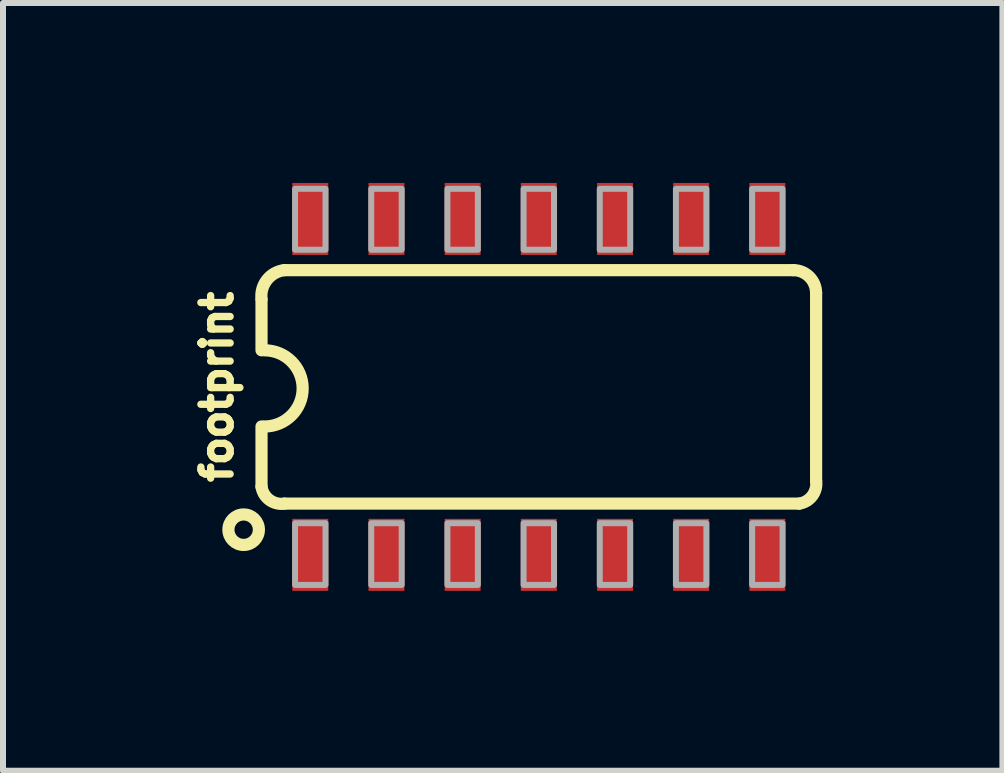
<source format=kicad_pcb>
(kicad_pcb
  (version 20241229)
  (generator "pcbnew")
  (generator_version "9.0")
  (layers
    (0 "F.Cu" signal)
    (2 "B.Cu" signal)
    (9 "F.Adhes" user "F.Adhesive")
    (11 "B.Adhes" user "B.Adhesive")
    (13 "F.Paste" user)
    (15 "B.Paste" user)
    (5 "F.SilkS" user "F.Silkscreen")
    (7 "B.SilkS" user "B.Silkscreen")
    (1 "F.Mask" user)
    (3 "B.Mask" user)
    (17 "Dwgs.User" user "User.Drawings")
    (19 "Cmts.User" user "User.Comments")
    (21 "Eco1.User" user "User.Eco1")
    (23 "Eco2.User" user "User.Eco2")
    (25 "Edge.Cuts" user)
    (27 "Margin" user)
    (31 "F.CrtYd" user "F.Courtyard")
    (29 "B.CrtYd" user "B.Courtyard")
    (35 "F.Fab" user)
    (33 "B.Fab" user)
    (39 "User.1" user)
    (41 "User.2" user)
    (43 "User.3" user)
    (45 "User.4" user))
  (footprint "footprint"
    (layer "F.Cu")
    (at 5.298 3.4)
    (property "Reference" "footprint" (at -4.445 0 90) (layer "F.SilkS") (effects (font (size 0.488 0.488) (thickness 0.122)) (justify bottom)))
    (fp_line (start -3.988 -1.453) (end -3.988 -0.61) (stroke (width 0.203) (type solid)) (layer "F.SilkS"))
    (fp_line (start -3.988 1.665) (end -3.988 0.66) (stroke (width 0.203) (type solid)) (layer "F.SilkS"))
    (fp_line (start -3.607 1.946) (end 4.977 1.946) (stroke (width 0.203) (type solid)) (layer "F.SilkS"))
    (fp_line (start 4.877 -1.946) (end -3.607 -1.946) (stroke (width 0.203) (type solid)) (layer "F.SilkS"))
    (fp_line (start 5.258 1.565) (end 5.258 -1.565) (stroke (width 0.203) (type solid)) (layer "F.SilkS"))
    (fp_arc (start -3.9878 -1.4653) (mid -3.896948 -1.784731) (end -3.6068 -1.9463) (stroke (width 0.2032) (type solid)) (layer "F.SilkS"))
    (fp_arc (start -3.937 -0.6096) (mid -3.302 0.0254) (end -3.937 0.6604) (stroke (width 0.2032) (type solid)) (layer "F.SilkS"))
    (fp_arc (start -3.606799 1.946301) (mid -3.85554 1.884767) (end -3.9878 1.6653) (stroke (width 0.2032) (type solid)) (layer "F.SilkS"))
    (fp_arc (start 4.8768 -1.9463) (mid 5.146237 -1.834736) (end 5.2578 -1.565298) (stroke (width 0.2032) (type solid)) (layer "F.SilkS"))
    (fp_arc (start 5.2578 1.5653) (mid 5.196208 1.813997) (end 4.9768 1.9463) (stroke (width 0.2032) (type solid)) (layer "F.SilkS"))
    (fp_circle (center -4.286 2.381) (end -4.032 2.381) (stroke (width 0.203) (type solid)) (fill no) (layer "F.SilkS"))
    (fp_poly (pts (xy -3.429 -2.286) (xy -2.921 -2.286) (xy -2.921 -3.302) (xy -3.429 -3.302)) (stroke (width 0.1) (type solid)) (fill no) (layer "F.Fab"))
    (fp_poly (pts (xy -3.429 3.302) (xy -2.921 3.302) (xy -2.921 2.273) (xy -3.429 2.273)) (stroke (width 0.1) (type solid)) (fill no) (layer "F.Fab"))
    (fp_poly (pts (xy -2.159 -2.286) (xy -1.651 -2.286) (xy -1.651 -3.302) (xy -2.159 -3.302)) (stroke (width 0.1) (type solid)) (fill no) (layer "F.Fab"))
    (fp_poly (pts (xy -2.159 3.302) (xy -1.651 3.302) (xy -1.651 2.273) (xy -2.159 2.273)) (stroke (width 0.1) (type solid)) (fill no) (layer "F.Fab"))
    (fp_poly (pts (xy -0.889 -2.286) (xy -0.381 -2.286) (xy -0.381 -3.302) (xy -0.889 -3.302)) (stroke (width 0.1) (type solid)) (fill no) (layer "F.Fab"))
    (fp_poly (pts (xy -0.889 3.302) (xy -0.381 3.302) (xy -0.381 2.273) (xy -0.889 2.273)) (stroke (width 0.1) (type solid)) (fill no) (layer "F.Fab"))
    (fp_poly (pts (xy 0.381 -2.286) (xy 0.889 -2.286) (xy 0.889 -3.302) (xy 0.381 -3.302)) (stroke (width 0.1) (type solid)) (fill no) (layer "F.Fab"))
    (fp_poly (pts (xy 0.381 3.302) (xy 0.889 3.302) (xy 0.889 2.273) (xy 0.381 2.273)) (stroke (width 0.1) (type solid)) (fill no) (layer "F.Fab"))
    (fp_poly (pts (xy 1.651 -2.286) (xy 2.159 -2.286) (xy 2.159 -3.302) (xy 1.651 -3.302)) (stroke (width 0.1) (type solid)) (fill no) (layer "F.Fab"))
    (fp_poly (pts (xy 1.651 3.302) (xy 2.159 3.302) (xy 2.159 2.273) (xy 1.651 2.273)) (stroke (width 0.1) (type solid)) (fill no) (layer "F.Fab"))
    (fp_poly (pts (xy 2.921 -2.286) (xy 3.429 -2.286) (xy 3.429 -3.302) (xy 2.921 -3.302)) (stroke (width 0.1) (type solid)) (fill no) (layer "F.Fab"))
    (fp_poly (pts (xy 2.921 3.302) (xy 3.429 3.302) (xy 3.429 2.273) (xy 2.921 2.273)) (stroke (width 0.1) (type solid)) (fill no) (layer "F.Fab"))
    (fp_poly (pts (xy 4.191 -2.286) (xy 4.699 -2.286) (xy 4.699 -3.302) (xy 4.191 -3.302)) (stroke (width 0.1) (type solid)) (fill no) (layer "F.Fab"))
    (fp_poly (pts (xy 4.191 3.302) (xy 4.699 3.302) (xy 4.699 2.273) (xy 4.191 2.273)) (stroke (width 0.1) (type solid)) (fill no) (layer "F.Fab"))
    (pad "1" smd rect (at -3.175 2.8) (size 0.6 1.2) (layers "F.Cu" "F.Mask" "F.Paste"))
    (pad "2" smd rect (at -1.905 2.8) (size 0.6 1.2) (layers "F.Cu" "F.Mask" "F.Paste"))
    (pad "3" smd rect (at -0.635 2.8) (size 0.6 1.2) (layers "F.Cu" "F.Mask" "F.Paste"))
    (pad "4" smd rect (at 0.635 2.8) (size 0.6 1.2) (layers "F.Cu" "F.Mask" "F.Paste"))
    (pad "5" smd rect (at 1.905 2.8) (size 0.6 1.2) (layers "F.Cu" "F.Mask" "F.Paste"))
    (pad "6" smd rect (at 3.175 2.8) (size 0.6 1.2) (layers "F.Cu" "F.Mask" "F.Paste"))
    (pad "7" smd rect (at 4.445 2.8) (size 0.6 1.2) (layers "F.Cu" "F.Mask" "F.Paste"))
    (pad "8" smd rect (at 4.445 -2.8) (size 0.6 1.2) (layers "F.Cu" "F.Mask" "F.Paste"))
    (pad "9" smd rect (at 3.175 -2.8) (size 0.6 1.2) (layers "F.Cu" "F.Mask" "F.Paste"))
    (pad "10" smd rect (at 1.905 -2.8) (size 0.6 1.2) (layers "F.Cu" "F.Mask" "F.Paste"))
    (pad "11" smd rect (at 0.635 -2.8) (size 0.6 1.2) (layers "F.Cu" "F.Mask" "F.Paste"))
    (pad "12" smd rect (at -0.635 -2.8) (size 0.6 1.2) (layers "F.Cu" "F.Mask" "F.Paste"))
    (pad "13" smd rect (at -1.905 -2.8) (size 0.6 1.2) (layers "F.Cu" "F.Mask" "F.Paste"))
    (pad "14" smd rect (at -3.175 -2.8) (size 0.6 1.2) (layers "F.Cu" "F.Mask" "F.Paste")))
  (gr_rect
    (start -3 -3)
    (end 13.662 9.8)
    (stroke (width 0.1) (type default))
    (fill no)
    (layer "Edge.Cuts")))
</source>
